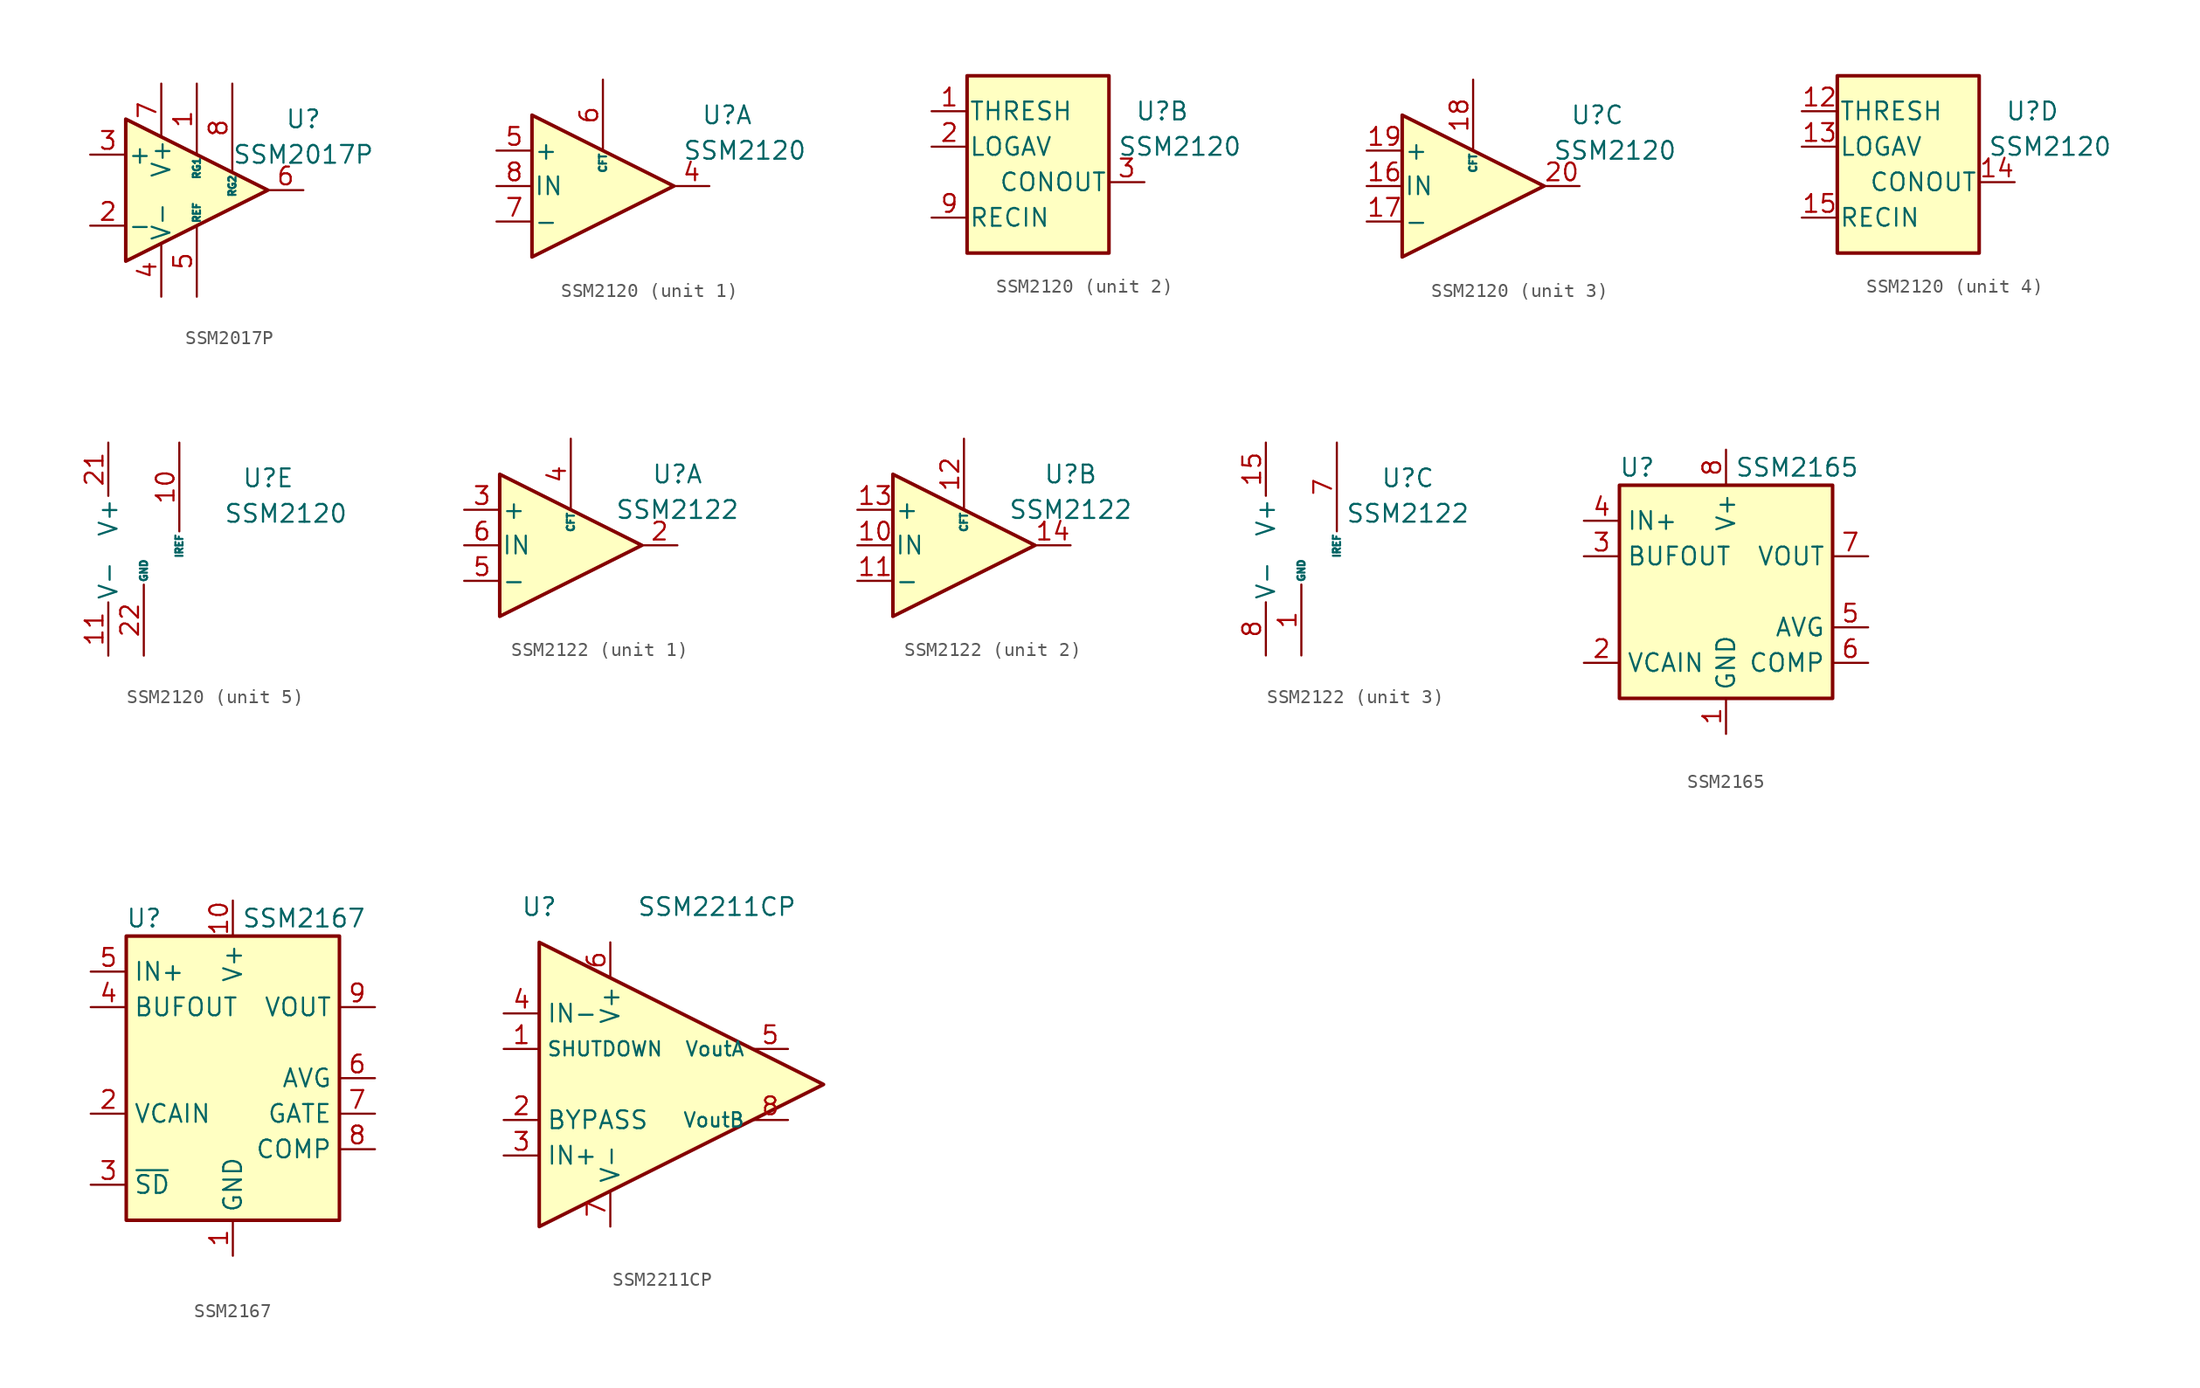
<source format=kicad_sym>
(kicad_symbol_lib
  (version 20241209)
  (generator "kicad_symbol_editor")
  (generator_version "9.0")
  (symbol "SSM2017P"
    (pin_names
      (offset 0.127))
    (property "Reference" "U"
      (at 7.62 5.08 0)
      (effects (font (size 1.27 1.27))))
    (property "Value" "SSM2017P"
      (at 7.62 2.54 0)
      (effects (font (size 1.27 1.27))))
    (symbol "SSM2017P_0_1"
      (polyline (pts (xy -5.08 5.08) (xy 5.08 0) (xy -5.08 -5.08) (xy -5.08 5.08)) (stroke (width 0.254) (type solid)) (fill (type background))))
    (symbol "SSM2017P_1_1"
      (pin input line (at -7.62 2.54 0) (length 2.54) (name "+" (effects (font (size 1.27 1.27)))) (number "3" (effects (font (size 1.27 1.27)))))
      (pin input line (at -7.62 -2.54 0) (length 2.54) (name "-" (effects (font (size 1.27 1.27)))) (number "2" (effects (font (size 1.27 1.27)))))
      (pin power_in line (at -2.54 7.62 270) (length 3.81) (name "V+" (effects (font (size 1.27 1.27)))) (number "7" (effects (font (size 1.27 1.27)))))
      (pin power_in line (at -2.54 -7.62 90) (length 3.81) (name "V-" (effects (font (size 1.27 1.27)))) (number "4" (effects (font (size 1.27 1.27)))))
      (pin input line (at 0 7.62 270) (length 5.08) (name "RG1" (effects (font (size 0.508 0.508)))) (number "1" (effects (font (size 1.27 1.27)))))
      (pin input line (at 0 -7.62 90) (length 5.08) (name "REF" (effects (font (size 0.508 0.508)))) (number "5" (effects (font (size 1.27 1.27)))))
      (pin input line (at 2.54 7.62 270) (length 6.35) (name "RG2" (effects (font (size 0.508 0.508)))) (number "8" (effects (font (size 1.27 1.27)))))
      (pin output line (at 7.62 0 180) (length 2.54) (name "~" (effects (font (size 1.27 1.27)))) (number "6" (effects (font (size 1.27 1.27)))))))
  (symbol "SSM2120"
    (pin_names
      (offset 0.127))
    (property "Reference" "U"
      (at 8.89 5.08 0)
      (effects (font (size 1.27 1.27))))
    (property "Value" "SSM2120"
      (at 10.16 2.54 0)
      (effects (font (size 1.27 1.27))))
    (property "ki_locked" ""
      (at 0 0 0)
      (effects (font (size 1.27 1.27))))
    (symbol "SSM2120_1_1"
      (polyline (pts (xy -5.08 5.08) (xy 5.08 0) (xy -5.08 -5.08) (xy -5.08 5.08)) (stroke (width 0.254) (type solid)) (fill (type background)))
      (pin input line (at -7.62 2.54 0) (length 2.54) (name "+" (effects (font (size 1.27 1.27)))) (number "5" (effects (font (size 1.27 1.27)))))
      (pin input line (at -7.62 0 0) (length 2.54) (name "IN" (effects (font (size 1.27 1.27)))) (number "8" (effects (font (size 1.27 1.27)))))
      (pin input line (at -7.62 -2.54 0) (length 2.54) (name "-" (effects (font (size 1.27 1.27)))) (number "7" (effects (font (size 1.27 1.27)))))
      (pin input line (at 0 7.62 270) (length 5.08) (name "CFT" (effects (font (size 0.508 0.508)))) (number "6" (effects (font (size 1.27 1.27)))))
      (pin output line (at 7.62 0 180) (length 2.54) (name "~" (effects (font (size 1.27 1.27)))) (number "4" (effects (font (size 1.27 1.27))))))
    (symbol "SSM2120_2_1"
      (rectangle (start -5.08 7.62) (end 5.08 -5.08) (stroke (width 0.254) (type solid)) (fill (type background)))
      (pin input line (at -7.62 5.08 0) (length 2.54) (name "THRESH" (effects (font (size 1.27 1.27)))) (number "1" (effects (font (size 1.27 1.27)))))
      (pin input line (at -7.62 2.54 0) (length 2.54) (name "LOGAV" (effects (font (size 1.27 1.27)))) (number "2" (effects (font (size 1.27 1.27)))))
      (pin input line (at -7.62 -2.54 0) (length 2.54) (name "RECIN" (effects (font (size 1.27 1.27)))) (number "9" (effects (font (size 1.27 1.27)))))
      (pin input line (at 7.62 0 180) (length 2.54) (name "CONOUT" (effects (font (size 1.27 1.27)))) (number "3" (effects (font (size 1.27 1.27))))))
    (symbol "SSM2120_3_1"
      (polyline (pts (xy -5.08 5.08) (xy 5.08 0) (xy -5.08 -5.08) (xy -5.08 5.08)) (stroke (width 0.254) (type solid)) (fill (type background)))
      (pin input line (at -7.62 2.54 0) (length 2.54) (name "+" (effects (font (size 1.27 1.27)))) (number "19" (effects (font (size 1.27 1.27)))))
      (pin input line (at -7.62 0 0) (length 2.54) (name "IN" (effects (font (size 1.27 1.27)))) (number "16" (effects (font (size 1.27 1.27)))))
      (pin input line (at -7.62 -2.54 0) (length 2.54) (name "-" (effects (font (size 1.27 1.27)))) (number "17" (effects (font (size 1.27 1.27)))))
      (pin input line (at 0 7.62 270) (length 5.08) (name "CFT" (effects (font (size 0.508 0.508)))) (number "18" (effects (font (size 1.27 1.27)))))
      (pin output line (at 7.62 0 180) (length 2.54) (name "~" (effects (font (size 1.27 1.27)))) (number "20" (effects (font (size 1.27 1.27))))))
    (symbol "SSM2120_4_1"
      (rectangle (start -5.08 7.62) (end 5.08 -5.08) (stroke (width 0.254) (type solid)) (fill (type background)))
      (pin input line (at -7.62 5.08 0) (length 2.54) (name "THRESH" (effects (font (size 1.27 1.27)))) (number "12" (effects (font (size 1.27 1.27)))))
      (pin input line (at -7.62 2.54 0) (length 2.54) (name "LOGAV" (effects (font (size 1.27 1.27)))) (number "13" (effects (font (size 1.27 1.27)))))
      (pin input line (at -7.62 -2.54 0) (length 2.54) (name "RECIN" (effects (font (size 1.27 1.27)))) (number "15" (effects (font (size 1.27 1.27)))))
      (pin input line (at 7.62 0 180) (length 2.54) (name "CONOUT" (effects (font (size 1.27 1.27)))) (number "14" (effects (font (size 1.27 1.27))))))
    (symbol "SSM2120_5_0"
      (pin power_in line (at -2.54 7.62 270) (length 3.81) (name "V+" (effects (font (size 1.27 1.27)))) (number "21" (effects (font (size 1.27 1.27)))))
      (pin power_in line (at -2.54 -7.62 90) (length 3.81) (name "V-" (effects (font (size 1.27 1.27)))) (number "11" (effects (font (size 1.27 1.27)))))
      (pin power_in line (at 0 -7.62 90) (length 5.08) (name "GND" (effects (font (size 0.508 0.508)))) (number "22" (effects (font (size 1.27 1.27)))))
      (pin input line (at 2.54 7.62 270) (length 6.35) (name "IREF" (effects (font (size 0.508 0.508)))) (number "10" (effects (font (size 1.27 1.27)))))))
  (symbol "SSM2122"
    (pin_names
      (offset 0.127))
    (property "Reference" "U"
      (at 7.62 5.08 0)
      (effects (font (size 1.27 1.27))))
    (property "Value" "SSM2122"
      (at 7.62 2.54 0)
      (effects (font (size 1.27 1.27))))
    (property "ki_locked" ""
      (at 0 0 0)
      (effects (font (size 1.27 1.27))))
    (symbol "SSM2122_1_1"
      (polyline (pts (xy -5.08 5.08) (xy 5.08 0) (xy -5.08 -5.08) (xy -5.08 5.08)) (stroke (width 0.254) (type solid)) (fill (type background)))
      (pin input line (at -7.62 2.54 0) (length 2.54) (name "+" (effects (font (size 1.27 1.27)))) (number "3" (effects (font (size 1.27 1.27)))))
      (pin input line (at -7.62 0 0) (length 2.54) (name "IN" (effects (font (size 1.27 1.27)))) (number "6" (effects (font (size 1.27 1.27)))))
      (pin input line (at -7.62 -2.54 0) (length 2.54) (name "-" (effects (font (size 1.27 1.27)))) (number "5" (effects (font (size 1.27 1.27)))))
      (pin input line (at 0 7.62 270) (length 5.08) (name "CFT" (effects (font (size 0.508 0.508)))) (number "4" (effects (font (size 1.27 1.27)))))
      (pin output line (at 7.62 0 180) (length 2.54) (name "~" (effects (font (size 1.27 1.27)))) (number "2" (effects (font (size 1.27 1.27))))))
    (symbol "SSM2122_2_1"
      (polyline (pts (xy -5.08 5.08) (xy 5.08 0) (xy -5.08 -5.08) (xy -5.08 5.08)) (stroke (width 0.254) (type solid)) (fill (type background)))
      (pin input line (at -7.62 2.54 0) (length 2.54) (name "+" (effects (font (size 1.27 1.27)))) (number "13" (effects (font (size 1.27 1.27)))))
      (pin input line (at -7.62 0 0) (length 2.54) (name "IN" (effects (font (size 1.27 1.27)))) (number "10" (effects (font (size 1.27 1.27)))))
      (pin input line (at -7.62 -2.54 0) (length 2.54) (name "-" (effects (font (size 1.27 1.27)))) (number "11" (effects (font (size 1.27 1.27)))))
      (pin input line (at 0 7.62 270) (length 5.08) (name "CFT" (effects (font (size 0.508 0.508)))) (number "12" (effects (font (size 1.27 1.27)))))
      (pin output line (at 7.62 0 180) (length 2.54) (name "~" (effects (font (size 1.27 1.27)))) (number "14" (effects (font (size 1.27 1.27))))))
    (symbol "SSM2122_3_0"
      (pin power_in line (at -2.54 7.62 270) (length 3.81) (name "V+" (effects (font (size 1.27 1.27)))) (number "15" (effects (font (size 1.27 1.27)))))
      (pin power_in line (at -2.54 -7.62 90) (length 3.81) (name "V-" (effects (font (size 1.27 1.27)))) (number "8" (effects (font (size 1.27 1.27)))))
      (pin power_in line (at 0 -7.62 90) (length 5.08) (name "GND" (effects (font (size 0.508 0.508)))) (number "1" (effects (font (size 1.27 1.27)))))
      (pin passive line (at 0 -7.62 90) (length 5.08) (hide yes) (name "GND" (effects (font (size 0.508 0.508)))) (number "16" (effects (font (size 1.27 1.27)))))
      (pin passive line (at 0 -7.62 90) (length 5.08) (hide yes) (name "GND" (effects (font (size 0.508 0.508)))) (number "9" (effects (font (size 1.27 1.27)))))
      (pin input line (at 2.54 7.62 270) (length 6.35) (name "IREF" (effects (font (size 0.508 0.508)))) (number "7" (effects (font (size 1.27 1.27)))))))
  (symbol "SSM2165"
    (property "Reference" "U"
      (at -6.35 8.89 0)
      (effects (font (size 1.27 1.27))))
    (property "Value" "SSM2165"
      (at 5.08 8.89 0)
      (effects (font (size 1.27 1.27))))
    (symbol "SSM2165_0_1"
      (rectangle (start -7.62 7.62) (end 7.62 -7.62) (stroke (width 0.254) (type solid)) (fill (type background))))
    (symbol "SSM2165_1_1"
      (pin input line (at -10.16 5.08 0) (length 2.54) (name "IN+" (effects (font (size 1.27 1.27)))) (number "4" (effects (font (size 1.27 1.27)))))
      (pin output line (at -10.16 2.54 0) (length 2.54) (name "BUFOUT" (effects (font (size 1.27 1.27)))) (number "3" (effects (font (size 1.27 1.27)))))
      (pin input line (at -10.16 -5.08 0) (length 2.54) (name "VCAIN" (effects (font (size 1.27 1.27)))) (number "2" (effects (font (size 1.27 1.27)))))
      (pin power_in line (at 0 10.16 270) (length 2.54) (name "V+" (effects (font (size 1.27 1.27)))) (number "8" (effects (font (size 1.27 1.27)))))
      (pin power_in line (at 0 -10.16 90) (length 2.54) (name "GND" (effects (font (size 1.27 1.27)))) (number "1" (effects (font (size 1.27 1.27)))))
      (pin output line (at 10.16 2.54 180) (length 2.54) (name "VOUT" (effects (font (size 1.27 1.27)))) (number "7" (effects (font (size 1.27 1.27)))))
      (pin passive line (at 10.16 -2.54 180) (length 2.54) (name "AVG" (effects (font (size 1.27 1.27)))) (number "5" (effects (font (size 1.27 1.27)))))
      (pin passive line (at 10.16 -5.08 180) (length 2.54) (name "COMP" (effects (font (size 1.27 1.27)))) (number "6" (effects (font (size 1.27 1.27)))))))
  (symbol "SSM2167"
    (property "Reference" "U"
      (at -6.35 11.43 0)
      (effects (font (size 1.27 1.27))))
    (property "Value" "SSM2167"
      (at 5.08 11.43 0)
      (effects (font (size 1.27 1.27))))
    (symbol "SSM2167_0_1"
      (rectangle (start -7.62 10.16) (end 7.62 -10.16) (stroke (width 0.254) (type solid)) (fill (type background))))
    (symbol "SSM2167_1_1"
      (pin input line (at -10.16 7.62 0) (length 2.54) (name "IN+" (effects (font (size 1.27 1.27)))) (number "5" (effects (font (size 1.27 1.27)))))
      (pin output line (at -10.16 5.08 0) (length 2.54) (name "BUFOUT" (effects (font (size 1.27 1.27)))) (number "4" (effects (font (size 1.27 1.27)))))
      (pin input line (at -10.16 -2.54 0) (length 2.54) (name "VCAIN" (effects (font (size 1.27 1.27)))) (number "2" (effects (font (size 1.27 1.27)))))
      (pin input line (at -10.16 -7.62 0) (length 2.54) (name "~{SD}" (effects (font (size 1.27 1.27)))) (number "3" (effects (font (size 1.27 1.27)))))
      (pin power_in line (at 0 12.7 270) (length 2.54) (name "V+" (effects (font (size 1.27 1.27)))) (number "10" (effects (font (size 1.27 1.27)))))
      (pin power_in line (at 0 -12.7 90) (length 2.54) (name "GND" (effects (font (size 1.27 1.27)))) (number "1" (effects (font (size 1.27 1.27)))))
      (pin output line (at 10.16 5.08 180) (length 2.54) (name "VOUT" (effects (font (size 1.27 1.27)))) (number "9" (effects (font (size 1.27 1.27)))))
      (pin passive line (at 10.16 0 180) (length 2.54) (name "AVG" (effects (font (size 1.27 1.27)))) (number "6" (effects (font (size 1.27 1.27)))))
      (pin passive line (at 10.16 -2.54 180) (length 2.54) (name "GATE" (effects (font (size 1.27 1.27)))) (number "7" (effects (font (size 1.27 1.27)))))
      (pin passive line (at 10.16 -5.08 180) (length 2.54) (name "COMP" (effects (font (size 1.27 1.27)))) (number "8" (effects (font (size 1.27 1.27)))))))
  (symbol "SSM2211CP"
    (property "Reference" "U"
      (at -7.62 12.7 0)
      (effects (font (size 1.27 1.27))))
    (property "Value" "SSM2211CP"
      (at 5.08 12.7 0)
      (effects (font (size 1.27 1.27))))
    (symbol "SSM2211CP_0_1"
      (polyline (pts (xy -7.62 10.16) (xy -7.62 -10.16) (xy 12.7 0) (xy -7.62 10.16)) (stroke (width 0.254) (type solid)) (fill (type background))))
    (symbol "SSM2211CP_1_1"
      (pin input line (at -10.16 5.08 0) (length 2.54) (name "IN-" (effects (font (size 1.27 1.27)))) (number "4" (effects (font (size 1.27 1.27)))))
      (pin input line (at -10.16 2.54 0) (length 2.54) (name "SHUTDOWN" (effects (font (size 1.016 1.016)))) (number "1" (effects (font (size 1.27 1.27)))))
      (pin passive line (at -10.16 -2.54 0) (length 2.54) (name "BYPASS" (effects (font (size 1.27 1.27)))) (number "2" (effects (font (size 1.27 1.27)))))
      (pin input line (at -10.16 -5.08 0) (length 2.54) (name "IN+" (effects (font (size 1.27 1.27)))) (number "3" (effects (font (size 1.27 1.27)))))
      (pin power_in line (at -2.54 10.16 270) (length 2.54) (name "V+" (effects (font (size 1.27 1.27)))) (number "6" (effects (font (size 1.27 1.27)))))
      (pin power_in line (at -2.54 -10.16 90) (length 2.54) (name "V-" (effects (font (size 1.27 1.27)))) (number "7" (effects (font (size 1.27 1.27)))))
      (pin passive line (at -2.54 -10.16 90) (length 2.54) (hide yes) (name "V-" (effects (font (size 1.27 1.27)))) (number "9" (effects (font (size 1.27 1.27)))))
      (pin output line (at 10.16 2.54 180) (length 2.54) (name "VoutA" (effects (font (size 1.016 1.016)))) (number "5" (effects (font (size 1.27 1.27)))))
      (pin output line (at 10.16 -2.54 180) (length 2.54) (name "VoutB" (effects (font (size 1.016 1.016)))) (number "8" (effects (font (size 1.27 1.27))))))))
</source>
